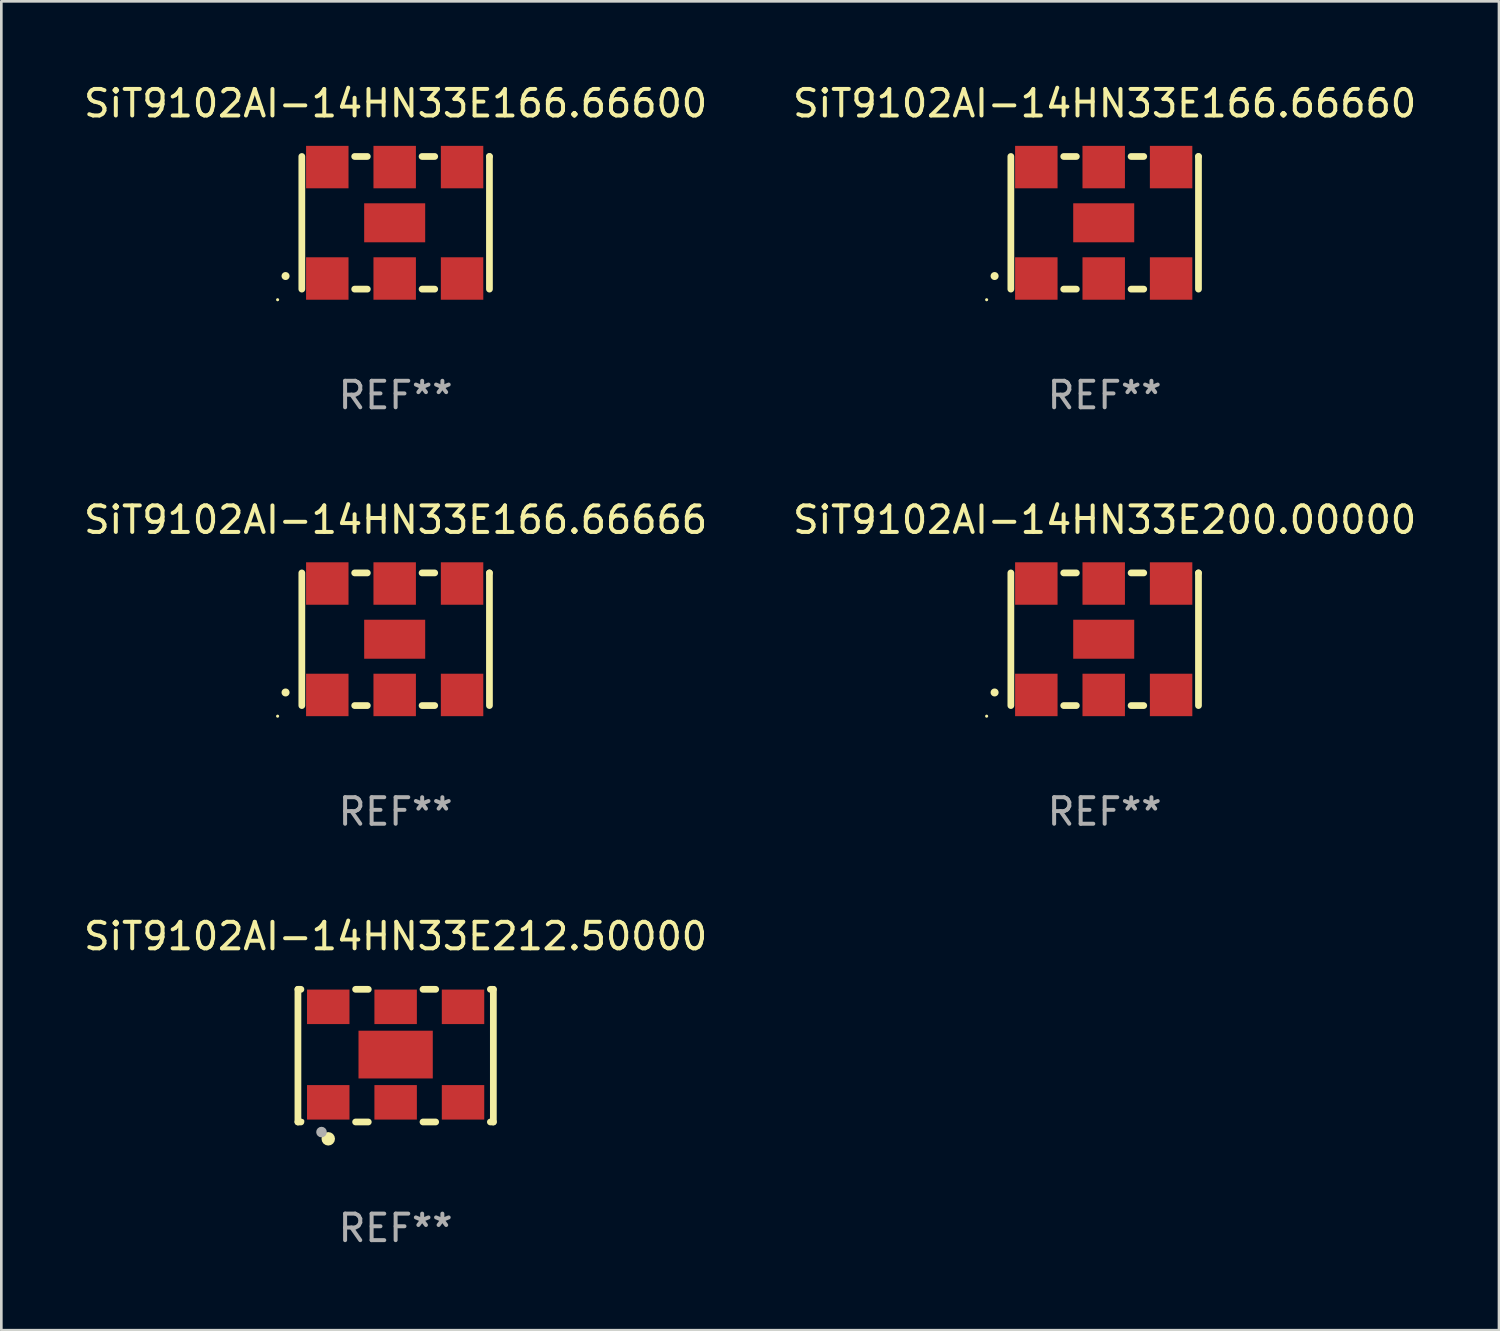
<source format=kicad_pcb>
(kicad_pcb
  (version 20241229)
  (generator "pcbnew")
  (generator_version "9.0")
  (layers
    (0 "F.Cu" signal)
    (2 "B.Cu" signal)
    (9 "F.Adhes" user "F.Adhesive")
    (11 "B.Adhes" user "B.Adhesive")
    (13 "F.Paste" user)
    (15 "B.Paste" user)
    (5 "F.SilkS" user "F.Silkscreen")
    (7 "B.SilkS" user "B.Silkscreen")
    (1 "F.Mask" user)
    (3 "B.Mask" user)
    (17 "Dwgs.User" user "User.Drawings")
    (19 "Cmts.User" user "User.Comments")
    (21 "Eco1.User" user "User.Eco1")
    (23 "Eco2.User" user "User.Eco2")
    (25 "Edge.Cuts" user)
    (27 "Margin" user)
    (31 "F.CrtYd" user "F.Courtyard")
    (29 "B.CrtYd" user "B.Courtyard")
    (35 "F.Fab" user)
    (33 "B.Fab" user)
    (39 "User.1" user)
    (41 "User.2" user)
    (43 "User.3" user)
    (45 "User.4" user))
  (footprint "SiT9102AI-14HN33E212.50000"
    (layer "F.Cu")
    (at 11.863 36.741)
    (property "Reference" "SiT9102AI-14HN33E212.50000" (at 0 -4.5 0) (layer "F.SilkS") (effects (font (size 1 1) (thickness 0.15))))
    (attr through_hole)
    (fp_line (start -3.683 -2.5) (end -3.571 -2.5) (stroke (width 0.254) (type solid)) (layer "F.SilkS"))
    (fp_line (start -3.683 2.5) (end -3.683 -2.5) (stroke (width 0.254) (type solid)) (layer "F.SilkS"))
    (fp_line (start -3.683 2.5) (end -3.571 2.5) (stroke (width 0.254) (type solid)) (layer "F.SilkS"))
    (fp_line (start -1.509 -2.5) (end -1.031 -2.5) (stroke (width 0.254) (type solid)) (layer "F.SilkS"))
    (fp_line (start -1.509 2.5) (end -1.031 2.5) (stroke (width 0.254) (type solid)) (layer "F.SilkS"))
    (fp_line (start 1.031 -2.5) (end 1.509 -2.5) (stroke (width 0.254) (type solid)) (layer "F.SilkS"))
    (fp_line (start 1.031 2.5) (end 1.509 2.5) (stroke (width 0.254) (type solid)) (layer "F.SilkS"))
    (fp_line (start 3.571 -2.5) (end 3.683 -2.5) (stroke (width 0.254) (type solid)) (layer "F.SilkS"))
    (fp_line (start 3.571 2.5) (end 3.683 2.5) (stroke (width 0.254) (type solid)) (layer "F.SilkS"))
    (fp_line (start 3.683 2.5) (end 3.683 -2.5) (stroke (width 0.254) (type solid)) (layer "F.SilkS"))
    (fp_circle (center -3.5 2.46) (end -3.47 2.46) (stroke (width 0.06) (type solid)) (fill no) (layer "F.SilkS"))
    (fp_circle (center -2.54 3.135) (end -2.413 3.135) (stroke (width 0.254) (type solid)) (fill no) (layer "F.SilkS"))
    (fp_circle (center -2.794 2.881) (end -2.694 2.881) (stroke (width 0.2) (type solid)) (fill no) (layer "F.Fab"))
    (fp_text user "REF**" (at 0 6.5 0) (layer "F.Fab") (effects (font (size 1 1) (thickness 0.15))))
    (pad "1" smd rect (at -2.54 1.76) (size 1.6 1.3) (layers "F.Cu" "F.Mask" "F.Paste"))
    (pad "2" smd rect (at 0 1.76) (size 1.6 1.3) (layers "F.Cu" "F.Mask" "F.Paste"))
    (pad "3" smd rect (at 2.54 1.76) (size 1.6 1.3) (layers "F.Cu" "F.Mask" "F.Paste"))
    (pad "4" smd rect (at 2.54 -1.84) (size 1.6 1.3) (layers "F.Cu" "F.Mask" "F.Paste"))
    (pad "5" smd rect (at 0 -1.84) (size 1.6 1.3) (layers "F.Cu" "F.Mask" "F.Paste"))
    (pad "6" smd rect (at -2.54 -1.84) (size 1.6 1.3) (layers "F.Cu" "F.Mask" "F.Paste"))
    (pad "7" smd rect (at 0 -0.04) (size 2.8 1.8) (layers "F.Cu" "F.Mask" "F.Paste")))
  (footprint "SiT9102AI-14HN33E166.66600"
    (layer "F.Cu")
    (at 11.863 5.348)
    (property "Reference" "SiT9102AI-14HN33E166.66600" (at 0 -4.5 0) (layer "F.SilkS") (effects (font (size 1 1) (thickness 0.15))))
    (attr through_hole)
    (fp_line (start -3.536 -2.5) (end -3.536 2.5) (stroke (width 0.254) (type solid)) (layer "F.SilkS"))
    (fp_line (start -1.544 2.5) (end -1.067 2.5) (stroke (width 0.254) (type solid)) (layer "F.SilkS"))
    (fp_line (start -1.067 -2.5) (end -1.544 -2.5) (stroke (width 0.254) (type solid)) (layer "F.SilkS"))
    (fp_line (start 0.996 2.5) (end 1.473 2.5) (stroke (width 0.254) (type solid)) (layer "F.SilkS"))
    (fp_line (start 1.473 -2.5) (end 0.996 -2.5) (stroke (width 0.254) (type solid)) (layer "F.SilkS"))
    (fp_line (start 3.536 -2.5) (end 3.536 -2.5) (stroke (width 0.254) (type solid)) (layer "F.SilkS"))
    (fp_line (start 3.536 2.5) (end 3.536 -2.5) (stroke (width 0.254) (type solid)) (layer "F.SilkS"))
    (fp_arc (start -4.150432 2.006604) (mid -4.149162 2.006599) (end -4.147892 2.006604) (stroke (width 0.3) (type solid)) (layer "F.SilkS"))
    (fp_circle (center -4.449 2.9) (end -4.419 2.9) (stroke (width 0.06) (type solid)) (fill no) (layer "F.SilkS"))
    (fp_text user "REF**" (at 0 6.5 0) (layer "F.Fab") (effects (font (size 1 1) (thickness 0.15))))
    (pad "1" smd rect (at -2.576 2.1) (size 1.6 1.6) (layers "F.Cu" "F.Mask" "F.Paste"))
    (pad "2" smd rect (at -0.036 2.1) (size 1.6 1.6) (layers "F.Cu" "F.Mask" "F.Paste"))
    (pad "3" smd rect (at 2.504 2.1) (size 1.6 1.6) (layers "F.Cu" "F.Mask" "F.Paste"))
    (pad "4" smd rect (at 2.504 -2.1) (size 1.6 1.6) (layers "F.Cu" "F.Mask" "F.Paste"))
    (pad "5" smd rect (at -0.036 -2.1) (size 1.6 1.6) (layers "F.Cu" "F.Mask" "F.Paste"))
    (pad "6" smd rect (at -2.576 -2.1) (size 1.6 1.6) (layers "F.Cu" "F.Mask" "F.Paste"))
    (pad "7" smd rect (at -0.036 0) (size 2.3 1.47) (layers "F.Cu" "F.Mask" "F.Paste")))
  (footprint "SiT9102AI-14HN33E200.00000"
    (layer "F.Cu")
    (at 38.589 21.045)
    (property "Reference" "SiT9102AI-14HN33E200.00000" (at 0 -4.5 0) (layer "F.SilkS") (effects (font (size 1 1) (thickness 0.15))))
    (attr through_hole)
    (fp_line (start -3.536 -2.5) (end -3.536 2.5) (stroke (width 0.254) (type solid)) (layer "F.SilkS"))
    (fp_line (start -1.544 2.5) (end -1.067 2.5) (stroke (width 0.254) (type solid)) (layer "F.SilkS"))
    (fp_line (start -1.067 -2.5) (end -1.544 -2.5) (stroke (width 0.254) (type solid)) (layer "F.SilkS"))
    (fp_line (start 0.996 2.5) (end 1.473 2.5) (stroke (width 0.254) (type solid)) (layer "F.SilkS"))
    (fp_line (start 1.473 -2.5) (end 0.996 -2.5) (stroke (width 0.254) (type solid)) (layer "F.SilkS"))
    (fp_line (start 3.536 -2.5) (end 3.536 -2.5) (stroke (width 0.254) (type solid)) (layer "F.SilkS"))
    (fp_line (start 3.536 2.5) (end 3.536 -2.5) (stroke (width 0.254) (type solid)) (layer "F.SilkS"))
    (fp_arc (start -4.150432 2.006604) (mid -4.149162 2.006599) (end -4.147892 2.006604) (stroke (width 0.3) (type solid)) (layer "F.SilkS"))
    (fp_circle (center -4.449 2.9) (end -4.419 2.9) (stroke (width 0.06) (type solid)) (fill no) (layer "F.SilkS"))
    (fp_text user "REF**" (at 0 6.5 0) (layer "F.Fab") (effects (font (size 1 1) (thickness 0.15))))
    (pad "1" smd rect (at -2.576 2.1) (size 1.6 1.6) (layers "F.Cu" "F.Mask" "F.Paste"))
    (pad "2" smd rect (at -0.036 2.1) (size 1.6 1.6) (layers "F.Cu" "F.Mask" "F.Paste"))
    (pad "3" smd rect (at 2.504 2.1) (size 1.6 1.6) (layers "F.Cu" "F.Mask" "F.Paste"))
    (pad "4" smd rect (at 2.504 -2.1) (size 1.6 1.6) (layers "F.Cu" "F.Mask" "F.Paste"))
    (pad "5" smd rect (at -0.036 -2.1) (size 1.6 1.6) (layers "F.Cu" "F.Mask" "F.Paste"))
    (pad "6" smd rect (at -2.576 -2.1) (size 1.6 1.6) (layers "F.Cu" "F.Mask" "F.Paste"))
    (pad "7" smd rect (at -0.036 0) (size 2.3 1.47) (layers "F.Cu" "F.Mask" "F.Paste")))
  (footprint "SiT9102AI-14HN33E166.66666"
    (layer "F.Cu")
    (at 11.863 21.045)
    (property "Reference" "SiT9102AI-14HN33E166.66666" (at 0 -4.5 0) (layer "F.SilkS") (effects (font (size 1 1) (thickness 0.15))))
    (attr through_hole)
    (fp_line (start -3.536 -2.5) (end -3.536 2.5) (stroke (width 0.254) (type solid)) (layer "F.SilkS"))
    (fp_line (start -1.544 2.5) (end -1.067 2.5) (stroke (width 0.254) (type solid)) (layer "F.SilkS"))
    (fp_line (start -1.067 -2.5) (end -1.544 -2.5) (stroke (width 0.254) (type solid)) (layer "F.SilkS"))
    (fp_line (start 0.996 2.5) (end 1.473 2.5) (stroke (width 0.254) (type solid)) (layer "F.SilkS"))
    (fp_line (start 1.473 -2.5) (end 0.996 -2.5) (stroke (width 0.254) (type solid)) (layer "F.SilkS"))
    (fp_line (start 3.536 -2.5) (end 3.536 -2.5) (stroke (width 0.254) (type solid)) (layer "F.SilkS"))
    (fp_line (start 3.536 2.5) (end 3.536 -2.5) (stroke (width 0.254) (type solid)) (layer "F.SilkS"))
    (fp_arc (start -4.150432 2.006604) (mid -4.149162 2.006599) (end -4.147892 2.006604) (stroke (width 0.3) (type solid)) (layer "F.SilkS"))
    (fp_circle (center -4.449 2.9) (end -4.419 2.9) (stroke (width 0.06) (type solid)) (fill no) (layer "F.SilkS"))
    (fp_text user "REF**" (at 0 6.5 0) (layer "F.Fab") (effects (font (size 1 1) (thickness 0.15))))
    (pad "1" smd rect (at -2.576 2.1) (size 1.6 1.6) (layers "F.Cu" "F.Mask" "F.Paste"))
    (pad "2" smd rect (at -0.036 2.1) (size 1.6 1.6) (layers "F.Cu" "F.Mask" "F.Paste"))
    (pad "3" smd rect (at 2.504 2.1) (size 1.6 1.6) (layers "F.Cu" "F.Mask" "F.Paste"))
    (pad "4" smd rect (at 2.504 -2.1) (size 1.6 1.6) (layers "F.Cu" "F.Mask" "F.Paste"))
    (pad "5" smd rect (at -0.036 -2.1) (size 1.6 1.6) (layers "F.Cu" "F.Mask" "F.Paste"))
    (pad "6" smd rect (at -2.576 -2.1) (size 1.6 1.6) (layers "F.Cu" "F.Mask" "F.Paste"))
    (pad "7" smd rect (at -0.036 0) (size 2.3 1.47) (layers "F.Cu" "F.Mask" "F.Paste")))
  (footprint "SiT9102AI-14HN33E166.66660"
    (layer "F.Cu")
    (at 38.589 5.348)
    (property "Reference" "SiT9102AI-14HN33E166.66660" (at 0 -4.5 0) (layer "F.SilkS") (effects (font (size 1 1) (thickness 0.15))))
    (attr through_hole)
    (fp_line (start -3.536 -2.5) (end -3.536 2.5) (stroke (width 0.254) (type solid)) (layer "F.SilkS"))
    (fp_line (start -1.544 2.5) (end -1.067 2.5) (stroke (width 0.254) (type solid)) (layer "F.SilkS"))
    (fp_line (start -1.067 -2.5) (end -1.544 -2.5) (stroke (width 0.254) (type solid)) (layer "F.SilkS"))
    (fp_line (start 0.996 2.5) (end 1.473 2.5) (stroke (width 0.254) (type solid)) (layer "F.SilkS"))
    (fp_line (start 1.473 -2.5) (end 0.996 -2.5) (stroke (width 0.254) (type solid)) (layer "F.SilkS"))
    (fp_line (start 3.536 -2.5) (end 3.536 -2.5) (stroke (width 0.254) (type solid)) (layer "F.SilkS"))
    (fp_line (start 3.536 2.5) (end 3.536 -2.5) (stroke (width 0.254) (type solid)) (layer "F.SilkS"))
    (fp_arc (start -4.150432 2.006604) (mid -4.149162 2.006599) (end -4.147892 2.006604) (stroke (width 0.3) (type solid)) (layer "F.SilkS"))
    (fp_circle (center -4.449 2.9) (end -4.419 2.9) (stroke (width 0.06) (type solid)) (fill no) (layer "F.SilkS"))
    (fp_text user "REF**" (at 0 6.5 0) (layer "F.Fab") (effects (font (size 1 1) (thickness 0.15))))
    (pad "1" smd rect (at -2.576 2.1) (size 1.6 1.6) (layers "F.Cu" "F.Mask" "F.Paste"))
    (pad "2" smd rect (at -0.036 2.1) (size 1.6 1.6) (layers "F.Cu" "F.Mask" "F.Paste"))
    (pad "3" smd rect (at 2.504 2.1) (size 1.6 1.6) (layers "F.Cu" "F.Mask" "F.Paste"))
    (pad "4" smd rect (at 2.504 -2.1) (size 1.6 1.6) (layers "F.Cu" "F.Mask" "F.Paste"))
    (pad "5" smd rect (at -0.036 -2.1) (size 1.6 1.6) (layers "F.Cu" "F.Mask" "F.Paste"))
    (pad "6" smd rect (at -2.576 -2.1) (size 1.6 1.6) (layers "F.Cu" "F.Mask" "F.Paste"))
    (pad "7" smd rect (at -0.036 0) (size 2.3 1.47) (layers "F.Cu" "F.Mask" "F.Paste")))
  (gr_rect
    (start -3 -3)
    (end 53.452 47.09)
    (stroke (width 0.1) (type default))
    (fill no)
    (layer "Edge.Cuts")))
</source>
